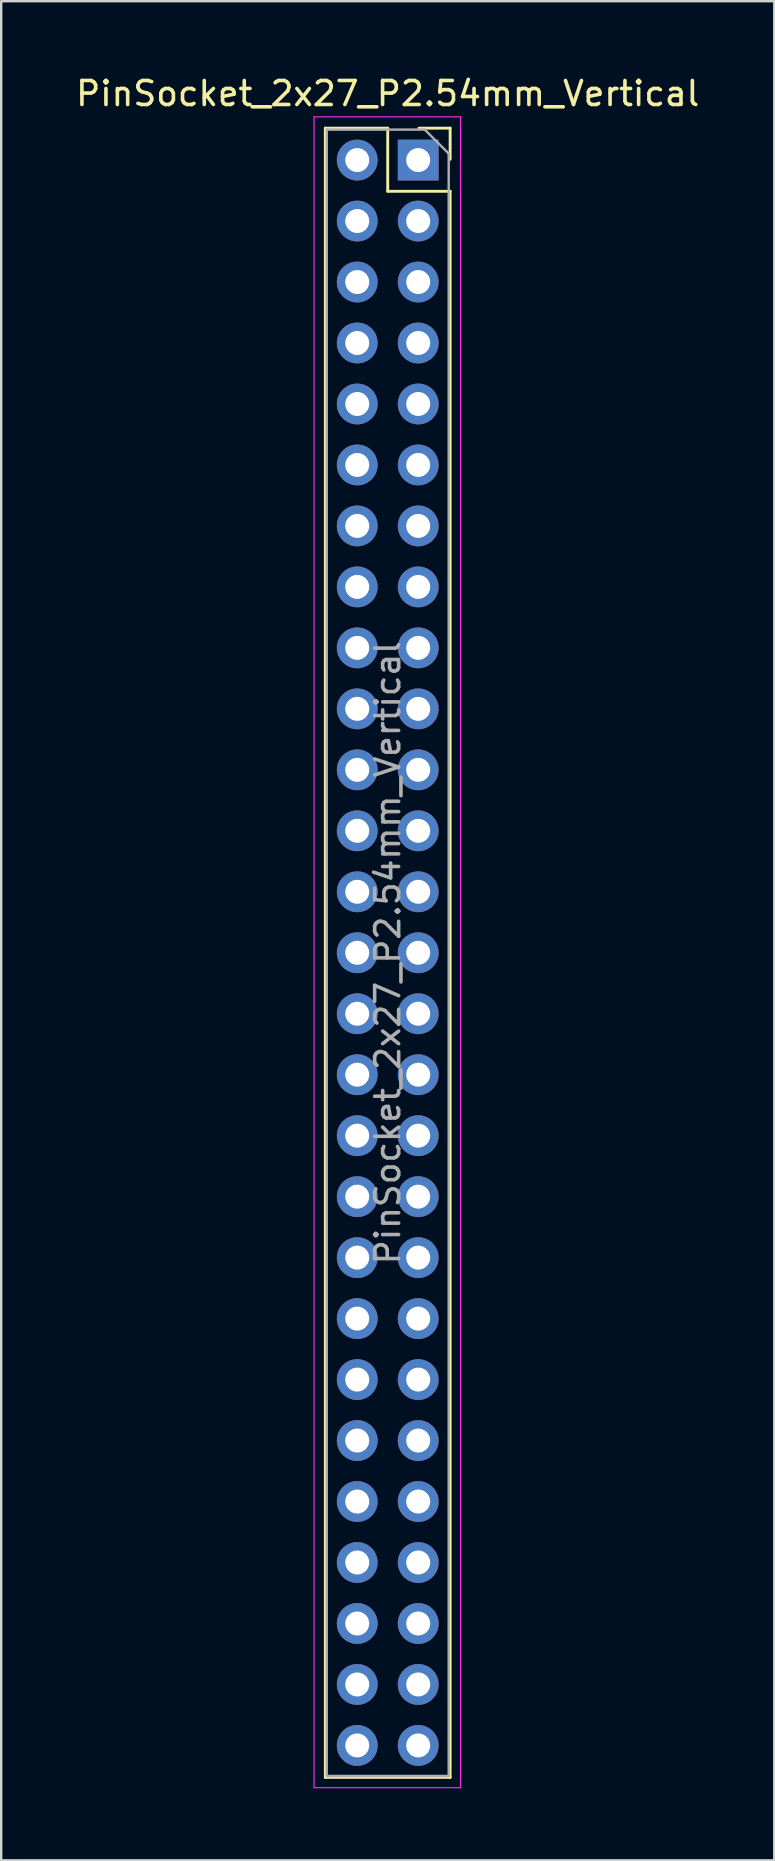
<source format=kicad_pcb>
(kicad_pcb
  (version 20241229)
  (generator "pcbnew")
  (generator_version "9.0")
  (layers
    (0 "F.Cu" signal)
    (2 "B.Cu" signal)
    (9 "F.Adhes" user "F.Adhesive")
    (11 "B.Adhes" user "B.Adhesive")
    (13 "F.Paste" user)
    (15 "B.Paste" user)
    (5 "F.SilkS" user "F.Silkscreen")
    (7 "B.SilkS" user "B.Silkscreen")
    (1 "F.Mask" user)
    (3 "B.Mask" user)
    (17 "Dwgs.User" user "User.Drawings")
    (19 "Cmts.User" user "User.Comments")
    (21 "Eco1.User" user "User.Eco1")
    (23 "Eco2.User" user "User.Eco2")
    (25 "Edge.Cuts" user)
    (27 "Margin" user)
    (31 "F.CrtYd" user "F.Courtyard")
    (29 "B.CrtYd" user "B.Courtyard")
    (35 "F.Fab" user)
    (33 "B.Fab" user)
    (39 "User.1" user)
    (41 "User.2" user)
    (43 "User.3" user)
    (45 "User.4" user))
  (footprint "PinSocket_2x27_P2.54mm_Vertical"
    (layer "F.Cu")
    (at 14.371 3.618)
    (property "Reference" "PinSocket_2x27_P2.54mm_Vertical" (at -1.27 -2.77 0) (layer "F.SilkS") (effects (font (size 1 1) (thickness 0.15))))
    (attr through_hole)
    (fp_line (start -3.87 -1.33) (end -3.87 67.37) (stroke (width 0.12) (type solid)) (layer "F.SilkS"))
    (fp_line (start -3.87 67.37) (end 1.33 67.37) (stroke (width 0.12) (type solid)) (layer "F.SilkS"))
    (fp_line (start -1.27 -1.33) (end -3.87 -1.33) (stroke (width 0.12) (type solid)) (layer "F.SilkS"))
    (fp_line (start -1.27 1.3) (end -1.27 -1.33) (stroke (width 0.12) (type solid)) (layer "F.SilkS"))
    (fp_line (start 1.33 -1.33) (end 0.03 -1.33) (stroke (width 0.12) (type solid)) (layer "F.SilkS"))
    (fp_line (start 1.33 -0.03) (end 1.33 -1.33) (stroke (width 0.12) (type solid)) (layer "F.SilkS"))
    (fp_line (start 1.33 1.3) (end -1.27 1.3) (stroke (width 0.12) (type solid)) (layer "F.SilkS"))
    (fp_line (start 1.33 67.37) (end 1.33 1.3) (stroke (width 0.12) (type solid)) (layer "F.SilkS"))
    (fp_line (start -4.34 -1.8) (end 1.76 -1.8) (stroke (width 0.05) (type solid)) (layer "F.CrtYd"))
    (fp_line (start -4.34 67.8) (end -4.34 -1.8) (stroke (width 0.05) (type solid)) (layer "F.CrtYd"))
    (fp_line (start 1.76 -1.8) (end 1.76 67.8) (stroke (width 0.05) (type solid)) (layer "F.CrtYd"))
    (fp_line (start 1.76 67.8) (end -4.34 67.8) (stroke (width 0.05) (type solid)) (layer "F.CrtYd"))
    (fp_line (start -3.81 -1.27) (end 0.27 -1.27) (stroke (width 0.1) (type solid)) (layer "F.Fab"))
    (fp_line (start -3.81 67.31) (end -3.81 -1.27) (stroke (width 0.1) (type solid)) (layer "F.Fab"))
    (fp_line (start 0.27 -1.27) (end 1.27 -0.27) (stroke (width 0.1) (type solid)) (layer "F.Fab"))
    (fp_line (start 1.27 -0.27) (end 1.27 67.31) (stroke (width 0.1) (type solid)) (layer "F.Fab"))
    (fp_line (start 1.27 67.31) (end -3.81 67.31) (stroke (width 0.1) (type solid)) (layer "F.Fab"))
    (fp_text user "${REFERENCE}" (at -1.27 33.02 90) (layer "F.Fab") (effects (font (size 1 1) (thickness 0.15))))
    (pad "1" thru_hole rect (at 0 0) (size 1.7 1.7) (drill 1) (layers "*.Cu" "*.Mask"))
    (pad "2" thru_hole oval (at -2.54 0) (size 1.7 1.7) (drill 1) (layers "*.Cu" "*.Mask"))
    (pad "3" thru_hole oval (at 0 2.54) (size 1.7 1.7) (drill 1) (layers "*.Cu" "*.Mask"))
    (pad "4" thru_hole oval (at -2.54 2.54) (size 1.7 1.7) (drill 1) (layers "*.Cu" "*.Mask"))
    (pad "5" thru_hole oval (at 0 5.08) (size 1.7 1.7) (drill 1) (layers "*.Cu" "*.Mask"))
    (pad "6" thru_hole oval (at -2.54 5.08) (size 1.7 1.7) (drill 1) (layers "*.Cu" "*.Mask"))
    (pad "7" thru_hole oval (at 0 7.62) (size 1.7 1.7) (drill 1) (layers "*.Cu" "*.Mask"))
    (pad "8" thru_hole oval (at -2.54 7.62) (size 1.7 1.7) (drill 1) (layers "*.Cu" "*.Mask"))
    (pad "9" thru_hole oval (at 0 10.16) (size 1.7 1.7) (drill 1) (layers "*.Cu" "*.Mask"))
    (pad "10" thru_hole oval (at -2.54 10.16) (size 1.7 1.7) (drill 1) (layers "*.Cu" "*.Mask"))
    (pad "11" thru_hole oval (at 0 12.7) (size 1.7 1.7) (drill 1) (layers "*.Cu" "*.Mask"))
    (pad "12" thru_hole oval (at -2.54 12.7) (size 1.7 1.7) (drill 1) (layers "*.Cu" "*.Mask"))
    (pad "13" thru_hole oval (at 0 15.24) (size 1.7 1.7) (drill 1) (layers "*.Cu" "*.Mask"))
    (pad "14" thru_hole oval (at -2.54 15.24) (size 1.7 1.7) (drill 1) (layers "*.Cu" "*.Mask"))
    (pad "15" thru_hole oval (at 0 17.78) (size 1.7 1.7) (drill 1) (layers "*.Cu" "*.Mask"))
    (pad "16" thru_hole oval (at -2.54 17.78) (size 1.7 1.7) (drill 1) (layers "*.Cu" "*.Mask"))
    (pad "17" thru_hole oval (at 0 20.32) (size 1.7 1.7) (drill 1) (layers "*.Cu" "*.Mask"))
    (pad "18" thru_hole oval (at -2.54 20.32) (size 1.7 1.7) (drill 1) (layers "*.Cu" "*.Mask"))
    (pad "19" thru_hole oval (at 0 22.86) (size 1.7 1.7) (drill 1) (layers "*.Cu" "*.Mask"))
    (pad "20" thru_hole oval (at -2.54 22.86) (size 1.7 1.7) (drill 1) (layers "*.Cu" "*.Mask"))
    (pad "21" thru_hole oval (at 0 25.4) (size 1.7 1.7) (drill 1) (layers "*.Cu" "*.Mask"))
    (pad "22" thru_hole oval (at -2.54 25.4) (size 1.7 1.7) (drill 1) (layers "*.Cu" "*.Mask"))
    (pad "23" thru_hole oval (at 0 27.94) (size 1.7 1.7) (drill 1) (layers "*.Cu" "*.Mask"))
    (pad "24" thru_hole oval (at -2.54 27.94) (size 1.7 1.7) (drill 1) (layers "*.Cu" "*.Mask"))
    (pad "25" thru_hole oval (at 0 30.48) (size 1.7 1.7) (drill 1) (layers "*.Cu" "*.Mask"))
    (pad "26" thru_hole oval (at -2.54 30.48) (size 1.7 1.7) (drill 1) (layers "*.Cu" "*.Mask"))
    (pad "27" thru_hole oval (at 0 33.02) (size 1.7 1.7) (drill 1) (layers "*.Cu" "*.Mask"))
    (pad "28" thru_hole oval (at -2.54 33.02) (size 1.7 1.7) (drill 1) (layers "*.Cu" "*.Mask"))
    (pad "29" thru_hole oval (at 0 35.56) (size 1.7 1.7) (drill 1) (layers "*.Cu" "*.Mask"))
    (pad "30" thru_hole oval (at -2.54 35.56) (size 1.7 1.7) (drill 1) (layers "*.Cu" "*.Mask"))
    (pad "31" thru_hole oval (at 0 38.1) (size 1.7 1.7) (drill 1) (layers "*.Cu" "*.Mask"))
    (pad "32" thru_hole oval (at -2.54 38.1) (size 1.7 1.7) (drill 1) (layers "*.Cu" "*.Mask"))
    (pad "33" thru_hole oval (at 0 40.64) (size 1.7 1.7) (drill 1) (layers "*.Cu" "*.Mask"))
    (pad "34" thru_hole oval (at -2.54 40.64) (size 1.7 1.7) (drill 1) (layers "*.Cu" "*.Mask"))
    (pad "35" thru_hole oval (at 0 43.18) (size 1.7 1.7) (drill 1) (layers "*.Cu" "*.Mask"))
    (pad "36" thru_hole oval (at -2.54 43.18) (size 1.7 1.7) (drill 1) (layers "*.Cu" "*.Mask"))
    (pad "37" thru_hole oval (at 0 45.72) (size 1.7 1.7) (drill 1) (layers "*.Cu" "*.Mask"))
    (pad "38" thru_hole oval (at -2.54 45.72) (size 1.7 1.7) (drill 1) (layers "*.Cu" "*.Mask"))
    (pad "39" thru_hole oval (at 0 48.26) (size 1.7 1.7) (drill 1) (layers "*.Cu" "*.Mask"))
    (pad "40" thru_hole oval (at -2.54 48.26) (size 1.7 1.7) (drill 1) (layers "*.Cu" "*.Mask"))
    (pad "41" thru_hole oval (at 0 50.8) (size 1.7 1.7) (drill 1) (layers "*.Cu" "*.Mask"))
    (pad "42" thru_hole oval (at -2.54 50.8) (size 1.7 1.7) (drill 1) (layers "*.Cu" "*.Mask"))
    (pad "43" thru_hole oval (at 0 53.34) (size 1.7 1.7) (drill 1) (layers "*.Cu" "*.Mask"))
    (pad "44" thru_hole oval (at -2.54 53.34) (size 1.7 1.7) (drill 1) (layers "*.Cu" "*.Mask"))
    (pad "45" thru_hole oval (at 0 55.88) (size 1.7 1.7) (drill 1) (layers "*.Cu" "*.Mask"))
    (pad "46" thru_hole oval (at -2.54 55.88) (size 1.7 1.7) (drill 1) (layers "*.Cu" "*.Mask"))
    (pad "47" thru_hole oval (at 0 58.42) (size 1.7 1.7) (drill 1) (layers "*.Cu" "*.Mask"))
    (pad "48" thru_hole oval (at -2.54 58.42) (size 1.7 1.7) (drill 1) (layers "*.Cu" "*.Mask"))
    (pad "49" thru_hole oval (at 0 60.96) (size 1.7 1.7) (drill 1) (layers "*.Cu" "*.Mask"))
    (pad "50" thru_hole oval (at -2.54 60.96) (size 1.7 1.7) (drill 1) (layers "*.Cu" "*.Mask"))
    (pad "51" thru_hole oval (at 0 63.5) (size 1.7 1.7) (drill 1) (layers "*.Cu" "*.Mask"))
    (pad "52" thru_hole oval (at -2.54 63.5) (size 1.7 1.7) (drill 1) (layers "*.Cu" "*.Mask"))
    (pad "53" thru_hole oval (at 0 66.04) (size 1.7 1.7) (drill 1) (layers "*.Cu" "*.Mask"))
    (pad "54" thru_hole oval (at -2.54 66.04) (size 1.7 1.7) (drill 1) (layers "*.Cu" "*.Mask")))
  (gr_rect
    (start -3 -3)
    (end 29.202 74.443)
    (stroke (width 0.1) (type default))
    (fill no)
    (layer "Edge.Cuts")))
</source>
